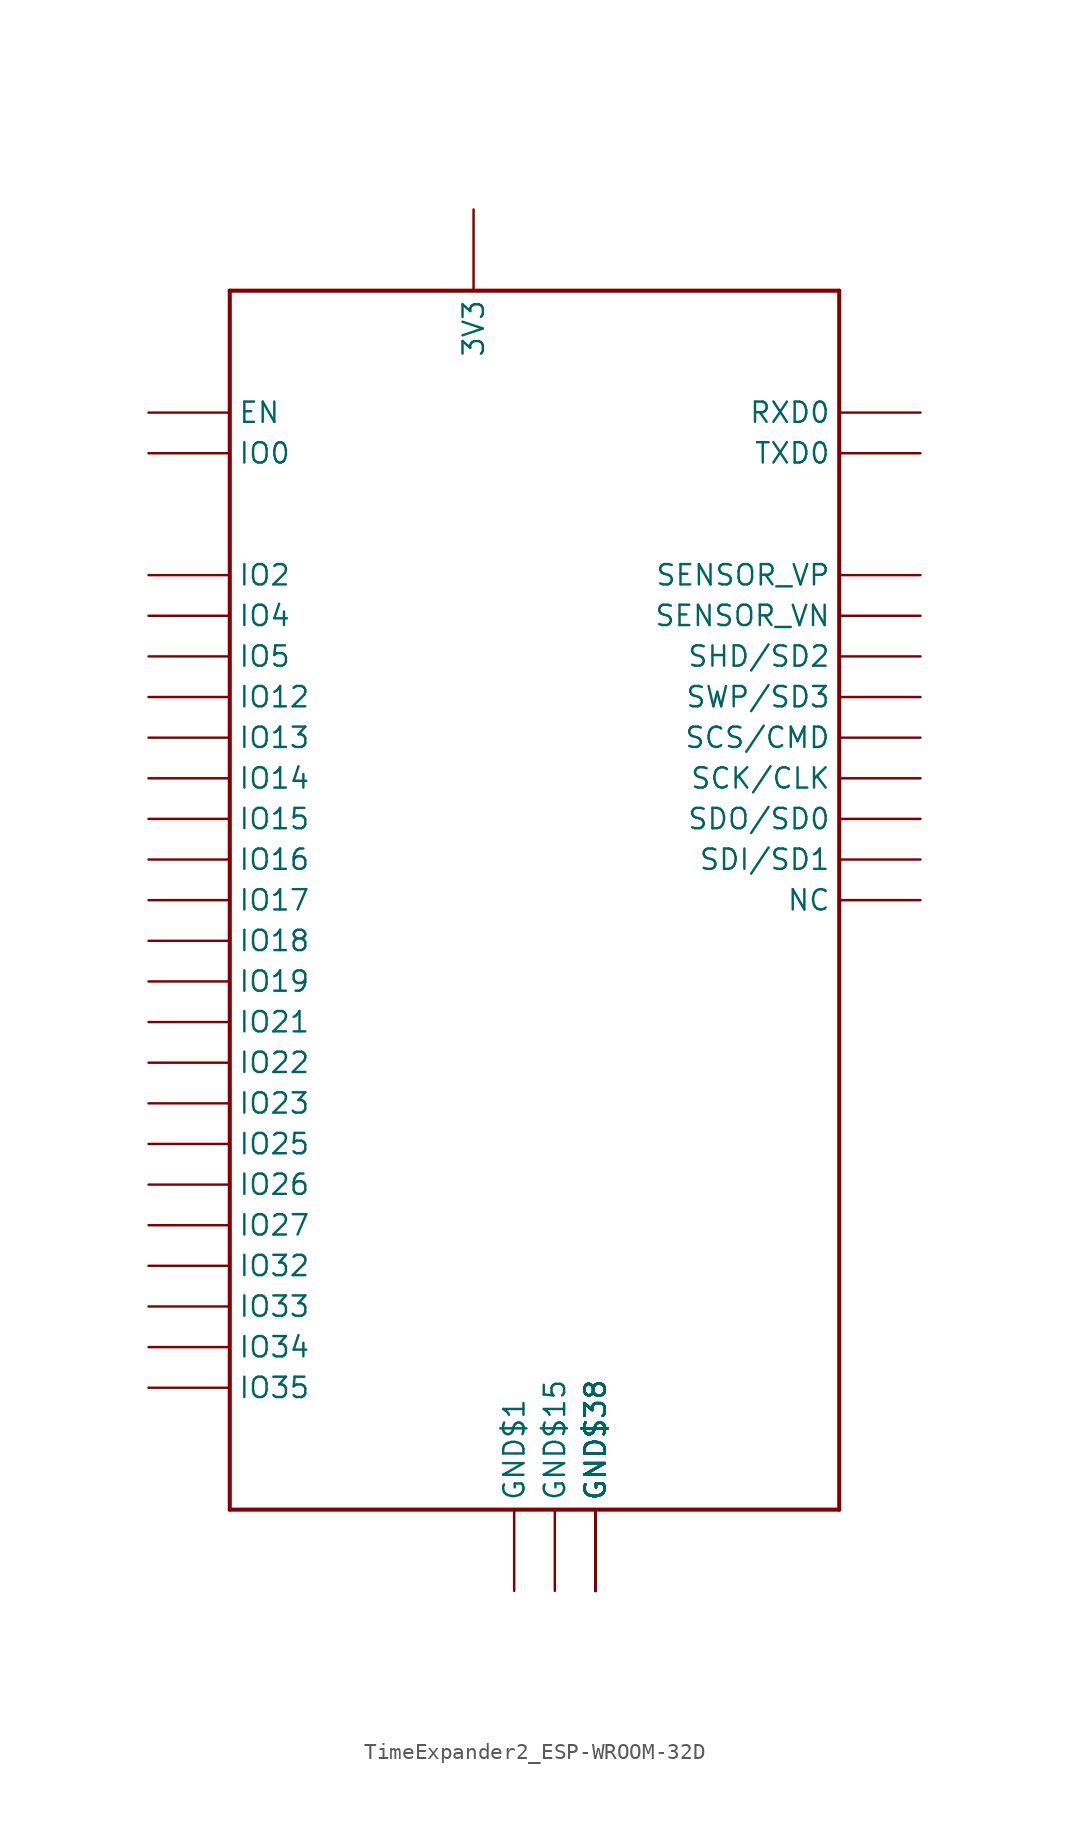
<source format=kicad_sym>
(kicad_symbol_lib
  (version 20231120)
  (generator "kicad_symbol_editor")
  (generator_version "8.0")
  (symbol "TimeExpander2_ESP-WROOM-32D"
    (property "Reference" ""
      (at -35.56 -2.54 0)
      (effects (font (size 1.27 1.079)) (justify left bottom) (hide yes)))
    (property "Value" ""
      (at -2.54 -83.82 0)
      (effects (font (size 1.27 1.079)) (justify left bottom)))
    (property "ki_locked" ""
      (at 0 0 0)
      (effects (font (size 1.27 1.27))))
    (symbol "TimeExpander2_ESP-WROOM-32D_1_0"
      (polyline (pts (xy -35.56 -81.28) (xy 2.54 -81.28)) (stroke (width 0.254) (type solid)) (fill (type none)))
      (polyline (pts (xy -35.56 -5.08) (xy -35.56 -81.28)) (stroke (width 0.254) (type solid)) (fill (type none)))
      (polyline (pts (xy 2.54 -81.28) (xy 2.54 -5.08)) (stroke (width 0.254) (type solid)) (fill (type none)))
      (polyline (pts (xy 2.54 -5.08) (xy -35.56 -5.08)) (stroke (width 0.254) (type solid)) (fill (type none)))
      (pin bidirectional line (at -17.78 -86.36 90) (length 5.08) (name "GND$1" (effects (font (size 1.27 1.27)))) (number "1" (effects (font (size 0 0)))))
      (pin bidirectional line (at -40.64 -58.42 0) (length 5.08) (name "IO25" (effects (font (size 1.27 1.27)))) (number "10" (effects (font (size 0 0)))))
      (pin bidirectional line (at -40.64 -60.96 0) (length 5.08) (name "IO26" (effects (font (size 1.27 1.27)))) (number "11" (effects (font (size 0 0)))))
      (pin bidirectional line (at -40.64 -63.5 0) (length 5.08) (name "IO27" (effects (font (size 1.27 1.27)))) (number "12" (effects (font (size 0 0)))))
      (pin bidirectional line (at -40.64 -35.56 0) (length 5.08) (name "IO14" (effects (font (size 1.27 1.27)))) (number "13" (effects (font (size 0 0)))))
      (pin bidirectional line (at -40.64 -30.48 0) (length 5.08) (name "IO12" (effects (font (size 1.27 1.27)))) (number "14" (effects (font (size 0 0)))))
      (pin bidirectional line (at -15.24 -86.36 90) (length 5.08) (name "GND$15" (effects (font (size 1.27 1.27)))) (number "15" (effects (font (size 0 0)))))
      (pin bidirectional line (at -40.64 -33.02 0) (length 5.08) (name "IO13" (effects (font (size 1.27 1.27)))) (number "16" (effects (font (size 0 0)))))
      (pin bidirectional line (at 7.62 -27.94 180) (length 5.08) (name "SHD/SD2" (effects (font (size 1.27 1.27)))) (number "17" (effects (font (size 0 0)))))
      (pin bidirectional line (at 7.62 -30.48 180) (length 5.08) (name "SWP/SD3" (effects (font (size 1.27 1.27)))) (number "18" (effects (font (size 0 0)))))
      (pin bidirectional line (at 7.62 -33.02 180) (length 5.08) (name "SCS/CMD" (effects (font (size 1.27 1.27)))) (number "19" (effects (font (size 0 0)))))
      (pin bidirectional line (at -20.32 0 270) (length 5.08) (name "3V3" (effects (font (size 1.27 1.27)))) (number "2" (effects (font (size 0 0)))))
      (pin bidirectional line (at 7.62 -35.56 180) (length 5.08) (name "SCK/CLK" (effects (font (size 1.27 1.27)))) (number "20" (effects (font (size 0 0)))))
      (pin bidirectional line (at 7.62 -38.1 180) (length 5.08) (name "SDO/SD0" (effects (font (size 1.27 1.27)))) (number "21" (effects (font (size 0 0)))))
      (pin bidirectional line (at 7.62 -40.64 180) (length 5.08) (name "SDI/SD1" (effects (font (size 1.27 1.27)))) (number "22" (effects (font (size 0 0)))))
      (pin bidirectional line (at -40.64 -38.1 0) (length 5.08) (name "IO15" (effects (font (size 1.27 1.27)))) (number "23" (effects (font (size 0 0)))))
      (pin bidirectional line (at -40.64 -22.86 0) (length 5.08) (name "IO2" (effects (font (size 1.27 1.27)))) (number "24" (effects (font (size 0 0)))))
      (pin bidirectional line (at -40.64 -15.24 0) (length 5.08) (name "IO0" (effects (font (size 1.27 1.27)))) (number "25" (effects (font (size 0 0)))))
      (pin bidirectional line (at -40.64 -25.4 0) (length 5.08) (name "IO4" (effects (font (size 1.27 1.27)))) (number "26" (effects (font (size 0 0)))))
      (pin bidirectional line (at -40.64 -40.64 0) (length 5.08) (name "IO16" (effects (font (size 1.27 1.27)))) (number "27" (effects (font (size 0 0)))))
      (pin bidirectional line (at -40.64 -43.18 0) (length 5.08) (name "IO17" (effects (font (size 1.27 1.27)))) (number "28" (effects (font (size 0 0)))))
      (pin bidirectional line (at -40.64 -27.94 0) (length 5.08) (name "IO5" (effects (font (size 1.27 1.27)))) (number "29" (effects (font (size 0 0)))))
      (pin bidirectional line (at -40.64 -12.7 0) (length 5.08) (name "EN" (effects (font (size 1.27 1.27)))) (number "3" (effects (font (size 0 0)))))
      (pin bidirectional line (at -40.64 -45.72 0) (length 5.08) (name "IO18" (effects (font (size 1.27 1.27)))) (number "30" (effects (font (size 0 0)))))
      (pin bidirectional line (at -40.64 -48.26 0) (length 5.08) (name "IO19" (effects (font (size 1.27 1.27)))) (number "31" (effects (font (size 0 0)))))
      (pin bidirectional line (at 7.62 -43.18 180) (length 5.08) (name "NC" (effects (font (size 1.27 1.27)))) (number "32" (effects (font (size 0 0)))))
      (pin bidirectional line (at -40.64 -50.8 0) (length 5.08) (name "IO21" (effects (font (size 1.27 1.27)))) (number "33" (effects (font (size 0 0)))))
      (pin bidirectional line (at 7.62 -12.7 180) (length 5.08) (name "RXD0" (effects (font (size 1.27 1.27)))) (number "34" (effects (font (size 0 0)))))
      (pin bidirectional line (at 7.62 -15.24 180) (length 5.08) (name "TXD0" (effects (font (size 1.27 1.27)))) (number "35" (effects (font (size 0 0)))))
      (pin bidirectional line (at -40.64 -53.34 0) (length 5.08) (name "IO22" (effects (font (size 1.27 1.27)))) (number "36" (effects (font (size 0 0)))))
      (pin bidirectional line (at -40.64 -55.88 0) (length 5.08) (name "IO23" (effects (font (size 1.27 1.27)))) (number "37" (effects (font (size 0 0)))))
      (pin bidirectional line (at -12.7 -86.36 90) (length 5.08) (name "GND$38" (effects (font (size 1.27 1.27)))) (number "38" (effects (font (size 0 0)))))
      (pin bidirectional line (at 7.62 -22.86 180) (length 5.08) (name "SENSOR_VP" (effects (font (size 1.27 1.27)))) (number "4" (effects (font (size 0 0)))))
      (pin bidirectional line (at 7.62 -25.4 180) (length 5.08) (name "SENSOR_VN" (effects (font (size 1.27 1.27)))) (number "5" (effects (font (size 0 0)))))
      (pin bidirectional line (at -40.64 -71.12 0) (length 5.08) (name "IO34" (effects (font (size 1.27 1.27)))) (number "6" (effects (font (size 0 0)))))
      (pin bidirectional line (at -40.64 -73.66 0) (length 5.08) (name "IO35" (effects (font (size 1.27 1.27)))) (number "7" (effects (font (size 0 0)))))
      (pin bidirectional line (at -40.64 -66.04 0) (length 5.08) (name "IO32" (effects (font (size 1.27 1.27)))) (number "8" (effects (font (size 0 0)))))
      (pin bidirectional line (at -40.64 -68.58 0) (length 5.08) (name "IO33" (effects (font (size 1.27 1.27)))) (number "9" (effects (font (size 0 0)))))
      (pin bidirectional line (at -12.7 -86.36 90) (length 5.08) (name "GND$38" (effects (font (size 1.27 1.27)))) (number "GND$39" (effects (font (size 0 0)))))
      (pin bidirectional line (at -12.7 -86.36 90) (length 5.08) (name "GND$38" (effects (font (size 1.27 1.27)))) (number "GND$40" (effects (font (size 0 0)))))
      (pin bidirectional line (at -12.7 -86.36 90) (length 5.08) (name "GND$38" (effects (font (size 1.27 1.27)))) (number "GND$41" (effects (font (size 0 0)))))
      (pin bidirectional line (at -12.7 -86.36 90) (length 5.08) (name "GND$38" (effects (font (size 1.27 1.27)))) (number "GND$42" (effects (font (size 0 0)))))
      (pin bidirectional line (at -12.7 -86.36 90) (length 5.08) (name "GND$38" (effects (font (size 1.27 1.27)))) (number "GND$43" (effects (font (size 0 0)))))
      (pin bidirectional line (at -12.7 -86.36 90) (length 5.08) (name "GND$38" (effects (font (size 1.27 1.27)))) (number "GND$44" (effects (font (size 0 0)))))
      (pin bidirectional line (at -12.7 -86.36 90) (length 5.08) (name "GND$38" (effects (font (size 1.27 1.27)))) (number "GND$45" (effects (font (size 0 0)))))
      (pin bidirectional line (at -12.7 -86.36 90) (length 5.08) (name "GND$38" (effects (font (size 1.27 1.27)))) (number "GND$46" (effects (font (size 0 0)))))
      (pin bidirectional line (at -12.7 -86.36 90) (length 5.08) (name "GND$38" (effects (font (size 1.27 1.27)))) (number "GND$47" (effects (font (size 0 0))))))))
</source>
